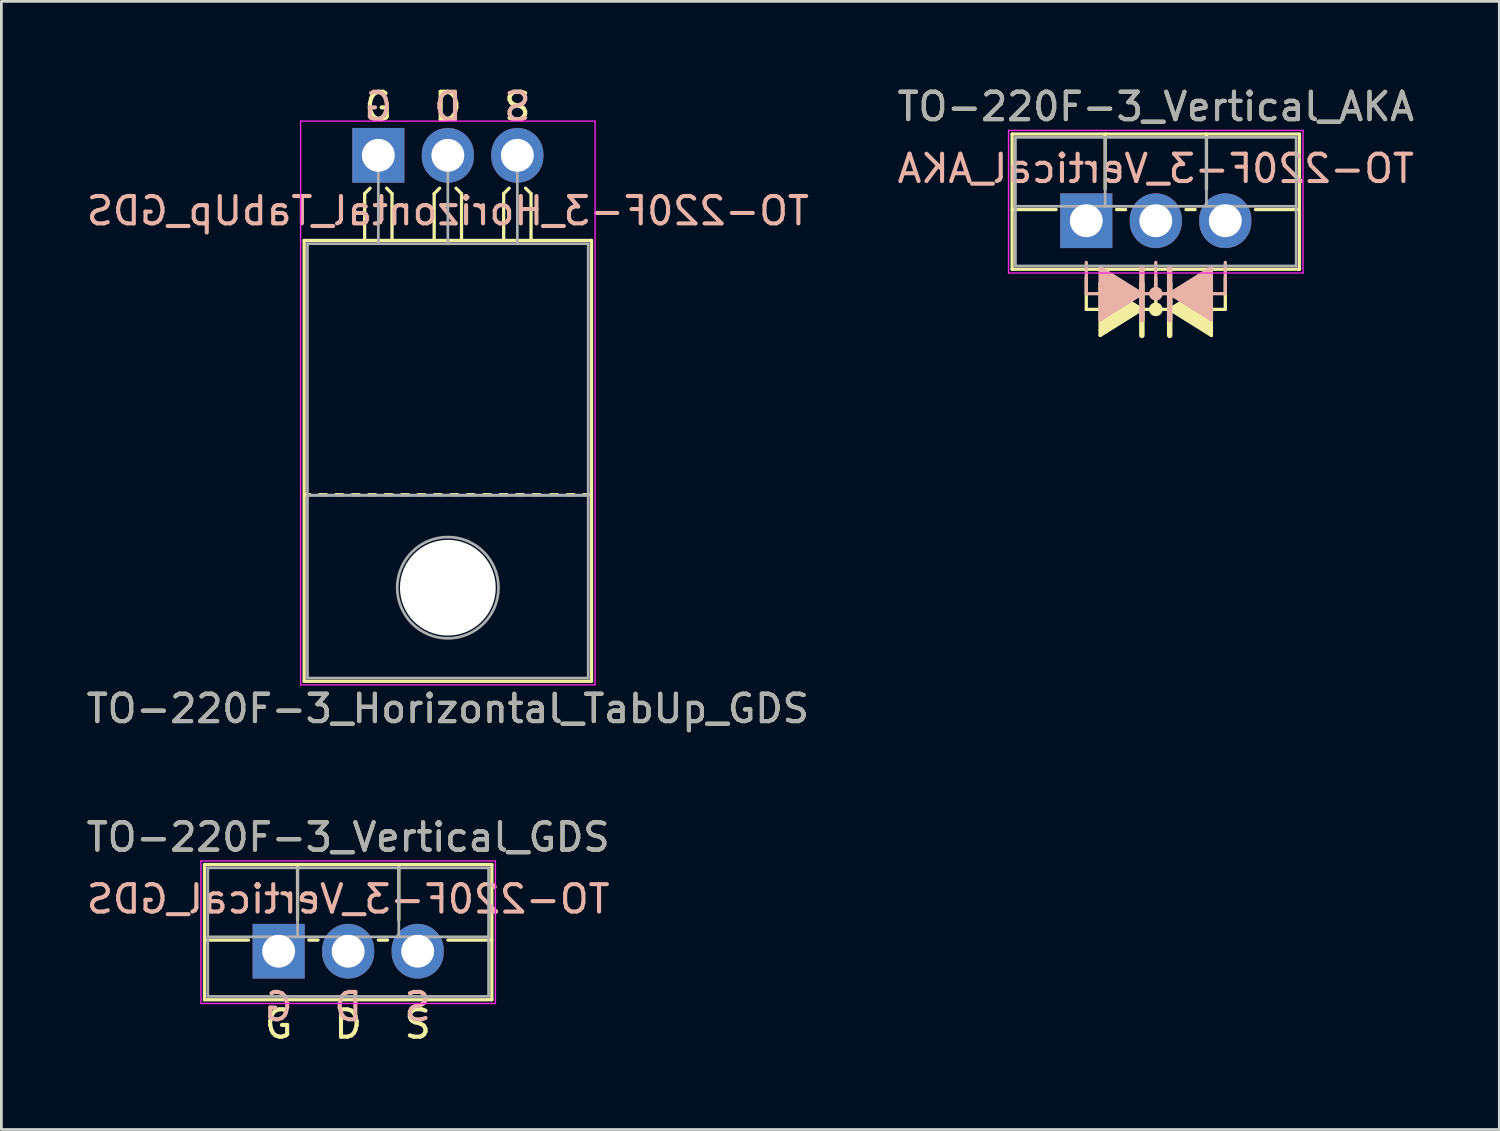
<source format=kicad_pcb>
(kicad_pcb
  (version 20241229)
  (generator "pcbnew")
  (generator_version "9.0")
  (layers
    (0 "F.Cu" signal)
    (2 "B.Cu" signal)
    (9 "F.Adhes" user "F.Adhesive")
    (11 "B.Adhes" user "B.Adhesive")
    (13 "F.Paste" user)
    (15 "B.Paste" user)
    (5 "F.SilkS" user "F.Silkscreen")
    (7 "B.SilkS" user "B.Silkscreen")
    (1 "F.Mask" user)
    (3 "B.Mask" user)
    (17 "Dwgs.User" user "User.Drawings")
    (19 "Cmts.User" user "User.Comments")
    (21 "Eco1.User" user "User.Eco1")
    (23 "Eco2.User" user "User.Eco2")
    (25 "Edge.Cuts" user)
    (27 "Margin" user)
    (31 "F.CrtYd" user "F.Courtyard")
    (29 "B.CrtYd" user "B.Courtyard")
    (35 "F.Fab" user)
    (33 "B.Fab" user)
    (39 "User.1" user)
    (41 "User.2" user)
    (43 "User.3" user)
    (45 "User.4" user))
  (footprint "TO-220F-3_Horizontal_TabUp_GDS"
    (layer "F.Cu")
    (at 10.775 2.626)
    (property "Reference" "TO-220F-3_Horizontal_TabUp_GDS" (at 2.54 20.22 0) (layer "F.SilkS") (effects (font (size 1 1) (thickness 0.15))))
    (fp_line (start -2.71 19.22) (end -2.71 3.11) (stroke (width 0.12) (type solid)) (layer "F.SilkS"))
    (fp_line (start -2.5 12.4) (end -2.7 12.4) (stroke (width 0.12) (type solid)) (layer "F.SilkS"))
    (fp_line (start -1.9 12.4) (end -2.15 12.4) (stroke (width 0.12) (type solid)) (layer "F.SilkS"))
    (fp_line (start -1.3 12.4) (end -1.55 12.4) (stroke (width 0.12) (type solid)) (layer "F.SilkS"))
    (fp_line (start -0.7 12.4) (end -0.95 12.4) (stroke (width 0.12) (type solid)) (layer "F.SilkS"))
    (fp_line (start -0.5 1.4) (end -0.3 1.2) (stroke (width 0.12) (type solid)) (layer "F.SilkS"))
    (fp_line (start -0.5 3.048) (end -0.5 1.4) (stroke (width 0.12) (type solid)) (layer "F.SilkS"))
    (fp_line (start -0.1 12.4) (end -0.35 12.4) (stroke (width 0.12) (type solid)) (layer "F.SilkS"))
    (fp_line (start 0.5 1.4) (end 0.3 1.2) (stroke (width 0.12) (type solid)) (layer "F.SilkS"))
    (fp_line (start 0.5 3.048) (end 0.5 1.4) (stroke (width 0.12) (type solid)) (layer "F.SilkS"))
    (fp_line (start 0.5 12.4) (end 0.25 12.4) (stroke (width 0.12) (type solid)) (layer "F.SilkS"))
    (fp_line (start 1.1 12.4) (end 0.85 12.4) (stroke (width 0.12) (type solid)) (layer "F.SilkS"))
    (fp_line (start 1.7 12.4) (end 1.45 12.4) (stroke (width 0.12) (type solid)) (layer "F.SilkS"))
    (fp_line (start 2.04 1.4) (end 2.24 1.2) (stroke (width 0.12) (type solid)) (layer "F.SilkS"))
    (fp_line (start 2.04 3.048) (end 2.04 1.4) (stroke (width 0.12) (type solid)) (layer "F.SilkS"))
    (fp_line (start 2.3 12.4) (end 2.05 12.4) (stroke (width 0.12) (type solid)) (layer "F.SilkS"))
    (fp_line (start 2.9 12.4) (end 2.65 12.4) (stroke (width 0.12) (type solid)) (layer "F.SilkS"))
    (fp_line (start 3.04 1.4) (end 2.84 1.2) (stroke (width 0.12) (type solid)) (layer "F.SilkS"))
    (fp_line (start 3.04 3.048) (end 3.04 1.4) (stroke (width 0.12) (type solid)) (layer "F.SilkS"))
    (fp_line (start 3.5 12.4) (end 3.25 12.4) (stroke (width 0.12) (type solid)) (layer "F.SilkS"))
    (fp_line (start 4.1 12.4) (end 3.85 12.4) (stroke (width 0.12) (type solid)) (layer "F.SilkS"))
    (fp_line (start 4.58 1.4) (end 4.78 1.2) (stroke (width 0.12) (type solid)) (layer "F.SilkS"))
    (fp_line (start 4.58 3.048) (end 4.58 1.4) (stroke (width 0.12) (type solid)) (layer "F.SilkS"))
    (fp_line (start 4.7 12.4) (end 4.45 12.4) (stroke (width 0.12) (type solid)) (layer "F.SilkS"))
    (fp_line (start 5.3 12.4) (end 5.05 12.4) (stroke (width 0.12) (type solid)) (layer "F.SilkS"))
    (fp_line (start 5.58 1.4) (end 5.38 1.2) (stroke (width 0.12) (type solid)) (layer "F.SilkS"))
    (fp_line (start 5.58 3.048) (end 5.58 1.4) (stroke (width 0.12) (type solid)) (layer "F.SilkS"))
    (fp_line (start 5.9 12.4) (end 5.65 12.4) (stroke (width 0.12) (type solid)) (layer "F.SilkS"))
    (fp_line (start 6.55 12.4) (end 6.3 12.4) (stroke (width 0.12) (type solid)) (layer "F.SilkS"))
    (fp_line (start 7.15 12.4) (end 6.9 12.4) (stroke (width 0.12) (type solid)) (layer "F.SilkS"))
    (fp_line (start 7.75 12.4) (end 7.5 12.4) (stroke (width 0.12) (type solid)) (layer "F.SilkS"))
    (fp_line (start 7.79 3.11) (end -2.71 3.11) (stroke (width 0.12) (type solid)) (layer "F.SilkS"))
    (fp_line (start 7.79 19.22) (end -2.71 19.22) (stroke (width 0.12) (type solid)) (layer "F.SilkS"))
    (fp_line (start 7.79 19.22) (end 7.79 3.11) (stroke (width 0.12) (type solid)) (layer "F.SilkS"))
    (fp_line (start -2.84 -1.25) (end -2.84 19.35) (stroke (width 0.05) (type solid)) (layer "F.CrtYd"))
    (fp_line (start -2.84 19.35) (end 7.92 19.35) (stroke (width 0.05) (type solid)) (layer "F.CrtYd"))
    (fp_line (start 7.92 -1.25) (end -2.84 -1.25) (stroke (width 0.05) (type solid)) (layer "F.CrtYd"))
    (fp_line (start 7.92 19.35) (end 7.92 -1.25) (stroke (width 0.05) (type solid)) (layer "F.CrtYd"))
    (fp_line (start -2.59 3.23) (end -2.59 12.42) (stroke (width 0.1) (type solid)) (layer "F.Fab"))
    (fp_line (start -2.59 12.42) (end -2.59 19.1) (stroke (width 0.1) (type solid)) (layer "F.Fab"))
    (fp_line (start -2.59 12.42) (end 7.67 12.42) (stroke (width 0.1) (type solid)) (layer "F.Fab"))
    (fp_line (start -2.59 19.1) (end 7.67 19.1) (stroke (width 0.1) (type solid)) (layer "F.Fab"))
    (fp_line (start 0 3.23) (end 0 0) (stroke (width 0.1) (type solid)) (layer "F.Fab"))
    (fp_line (start 2.54 3.23) (end 2.54 0) (stroke (width 0.1) (type solid)) (layer "F.Fab"))
    (fp_line (start 5.08 3.23) (end 5.08 0) (stroke (width 0.1) (type solid)) (layer "F.Fab"))
    (fp_line (start 7.67 3.23) (end -2.59 3.23) (stroke (width 0.1) (type solid)) (layer "F.Fab"))
    (fp_line (start 7.67 12.42) (end -2.59 12.42) (stroke (width 0.1) (type solid)) (layer "F.Fab"))
    (fp_line (start 7.67 12.42) (end 7.67 3.23) (stroke (width 0.1) (type solid)) (layer "F.Fab"))
    (fp_line (start 7.67 19.1) (end 7.67 12.42) (stroke (width 0.1) (type solid)) (layer "F.Fab"))
    (fp_circle (center 2.54 15.8) (end 4.39 15.8) (stroke (width 0.1) (type solid)) (fill no) (layer "F.Fab"))
    (fp_text user "G" (at 0 -1.778 0) (layer "F.SilkS") (effects (font (size 1 1) (thickness 0.15))))
    (fp_text user "S" (at 5.08 -1.778 0) (layer "F.SilkS") (effects (font (size 1 1) (thickness 0.15))))
    (fp_text user "D" (at 2.54 -1.778 0) (layer "F.SilkS") (effects (font (size 1 1) (thickness 0.15))))
    (fp_text user "S" (at 5.08 -1.778 0) (layer "B.SilkS") (effects (font (size 1 1) (thickness 0.15)) (justify mirror)))
    (fp_text user "${REFERENCE}" (at 2.54 2.032 0) (layer "B.SilkS") (effects (font (size 1 1) (thickness 0.15)) (justify mirror)))
    (fp_text user "G" (at 0 -1.778 0) (layer "B.SilkS") (effects (font (size 1 1) (thickness 0.15)) (justify mirror)))
    (fp_text user "D" (at 2.54 -1.778 0) (layer "B.SilkS") (effects (font (size 1 1) (thickness 0.15)) (justify mirror)))
    (fp_text user "${REFERENCE}" (at 2.54 20.22 0) (layer "F.Fab") (effects (font (size 1 1) (thickness 0.15))))
    (pad "" np_thru_hole oval (at 2.54 15.8) (size 3.5 3.5) (drill 3.5) (layers "*.Cu" "*.Mask"))
    (pad "1" thru_hole rect (at 0 0) (size 1.905 2) (drill 1.2) (layers "*.Cu" "*.Mask"))
    (pad "2" thru_hole oval (at 2.54 0) (size 1.905 2) (drill 1.2) (layers "*.Cu" "*.Mask"))
    (pad "3" thru_hole oval (at 5.08 0) (size 1.905 2) (drill 1.2) (layers "*.Cu" "*.Mask")))
  (footprint "TO-220F-3_Vertical_AKA"
    (layer "F.Cu")
    (at 36.645 5.016)
    (property "Reference" "TO-220F-3_Vertical_AKA" (at 2.54 -4.168 0) (layer "F.SilkS") (effects (font (size 1 1) (thickness 0.15))))
    (fp_line (start -2.71 -3.168) (end -2.71 1.773) (stroke (width 0.12) (type solid)) (layer "F.SilkS"))
    (fp_line (start -2.71 -3.168) (end 7.79 -3.168) (stroke (width 0.12) (type solid)) (layer "F.SilkS"))
    (fp_line (start -2.71 -0.408) (end -1.103 -0.408) (stroke (width 0.12) (type solid)) (layer "F.SilkS"))
    (fp_line (start -2.71 1.773) (end 7.79 1.773) (stroke (width 0.12) (type solid)) (layer "F.SilkS"))
    (fp_line (start 0 2.095) (end 0 3.239) (stroke (width 0.12) (type solid)) (layer "F.SilkS"))
    (fp_line (start 0 3.239) (end 0.508 3.239) (stroke (width 0.12) (type solid)) (layer "F.SilkS"))
    (fp_line (start 0.508 2.477) (end 0.508 2.286) (stroke (width 0.12) (type solid)) (layer "F.SilkS"))
    (fp_line (start 0.508 2.477) (end 0.508 4) (stroke (width 0.12) (type solid)) (layer "F.SilkS"))
    (fp_line (start 0.508 4) (end 0.508 4.191) (stroke (width 0.12) (type solid)) (layer "F.SilkS"))
    (fp_line (start 0.69 -3.168) (end 0.69 -1.15) (stroke (width 0.12) (type solid)) (layer "F.SilkS"))
    (fp_line (start 1.103 -0.408) (end 1.438 -0.408) (stroke (width 0.12) (type solid)) (layer "F.SilkS"))
    (fp_line (start 2.032 3.239) (end 0.508 2.286) (stroke (width 0.12) (type solid)) (layer "F.SilkS"))
    (fp_line (start 2.032 3.239) (end 0.508 4.191) (stroke (width 0.12) (type solid)) (layer "F.SilkS"))
    (fp_line (start 2.032 4.191) (end 2.032 2.286) (stroke (width 0.2) (type solid)) (layer "F.SilkS"))
    (fp_line (start 2.54 2.095) (end 2.54 3.239) (stroke (width 0.12) (type solid)) (layer "F.SilkS"))
    (fp_line (start 2.54 3.239) (end 2.032 3.239) (stroke (width 0.12) (type solid)) (layer "F.SilkS"))
    (fp_line (start 2.54 3.239) (end 3.048 3.239) (stroke (width 0.12) (type solid)) (layer "F.SilkS"))
    (fp_line (start 3.048 2.286) (end 3.048 4.191) (stroke (width 0.2) (type solid)) (layer "F.SilkS"))
    (fp_line (start 3.048 3.239) (end 4.572 4.191) (stroke (width 0.12) (type solid)) (layer "F.SilkS"))
    (fp_line (start 3.643 -0.408) (end 3.978 -0.408) (stroke (width 0.12) (type solid)) (layer "F.SilkS"))
    (fp_line (start 4.391 -3.168) (end 4.391 -1.15) (stroke (width 0.12) (type solid)) (layer "F.SilkS"))
    (fp_line (start 4.572 2.286) (end 3.048 3.239) (stroke (width 0.12) (type solid)) (layer "F.SilkS"))
    (fp_line (start 4.572 4.191) (end 4.572 2.286) (stroke (width 0.12) (type solid)) (layer "F.SilkS"))
    (fp_line (start 5.08 2.095) (end 5.08 3.239) (stroke (width 0.12) (type solid)) (layer "F.SilkS"))
    (fp_line (start 5.08 3.239) (end 4.572 3.239) (stroke (width 0.12) (type solid)) (layer "F.SilkS"))
    (fp_line (start 6.183 -0.408) (end 7.79 -0.408) (stroke (width 0.12) (type solid)) (layer "F.SilkS"))
    (fp_line (start 7.79 -3.168) (end 7.79 1.773) (stroke (width 0.12) (type solid)) (layer "F.SilkS"))
    (fp_circle (center 2.54 3.239) (end 2.54 3.302) (stroke (width 0.12) (type solid)) (fill no) (layer "F.SilkS"))
    (fp_circle (center 2.54 3.239) (end 2.54 3.365) (stroke (width 0.12) (type solid)) (fill no) (layer "F.SilkS"))
    (fp_circle (center 2.54 3.239) (end 2.54 3.429) (stroke (width 0.12) (type solid)) (fill no) (layer "F.SilkS"))
    (fp_poly (pts (xy 2.032 3.239) (xy 0.508 4.191) (xy 0.508 2.286)) (stroke (width 0.1) (type solid)) (fill yes) (layer "F.SilkS"))
    (fp_poly (pts (xy 4.572 4.191) (xy 3.048 3.239) (xy 4.572 2.286)) (stroke (width 0.1) (type solid)) (fill yes) (layer "F.SilkS"))
    (fp_line (start 0 1.524) (end 0 2.667) (stroke (width 0.12) (type solid)) (layer "B.SilkS"))
    (fp_line (start 0 2.667) (end 0.508 2.667) (stroke (width 0.12) (type solid)) (layer "B.SilkS"))
    (fp_line (start 0.508 1.714) (end 2.032 2.667) (stroke (width 0.12) (type solid)) (layer "B.SilkS"))
    (fp_line (start 0.508 3.619) (end 0.508 1.714) (stroke (width 0.12) (type solid)) (layer "B.SilkS"))
    (fp_line (start 2.032 1.714) (end 2.032 3.619) (stroke (width 0.2) (type solid)) (layer "B.SilkS"))
    (fp_line (start 2.032 2.667) (end 0.508 3.619) (stroke (width 0.12) (type solid)) (layer "B.SilkS"))
    (fp_line (start 2.54 1.524) (end 2.54 2.667) (stroke (width 0.12) (type solid)) (layer "B.SilkS"))
    (fp_line (start 2.54 2.667) (end 2.032 2.667) (stroke (width 0.12) (type solid)) (layer "B.SilkS"))
    (fp_line (start 2.54 2.667) (end 3.048 2.667) (stroke (width 0.12) (type solid)) (layer "B.SilkS"))
    (fp_line (start 3.048 2.667) (end 4.572 1.714) (stroke (width 0.12) (type solid)) (layer "B.SilkS"))
    (fp_line (start 3.048 2.667) (end 4.572 3.619) (stroke (width 0.12) (type solid)) (layer "B.SilkS"))
    (fp_line (start 3.048 3.619) (end 3.048 1.714) (stroke (width 0.2) (type solid)) (layer "B.SilkS"))
    (fp_line (start 4.572 1.905) (end 4.572 1.714) (stroke (width 0.12) (type solid)) (layer "B.SilkS"))
    (fp_line (start 4.572 1.905) (end 4.572 3.429) (stroke (width 0.12) (type solid)) (layer "B.SilkS"))
    (fp_line (start 4.572 3.429) (end 4.572 3.619) (stroke (width 0.12) (type solid)) (layer "B.SilkS"))
    (fp_line (start 5.08 1.524) (end 5.08 2.667) (stroke (width 0.12) (type solid)) (layer "B.SilkS"))
    (fp_line (start 5.08 2.667) (end 4.572 2.667) (stroke (width 0.12) (type solid)) (layer "B.SilkS"))
    (fp_circle (center 2.54 2.667) (end 2.54 2.731) (stroke (width 0.12) (type solid)) (fill no) (layer "B.SilkS"))
    (fp_circle (center 2.54 2.667) (end 2.54 2.794) (stroke (width 0.12) (type solid)) (fill no) (layer "B.SilkS"))
    (fp_circle (center 2.54 2.667) (end 2.54 2.857) (stroke (width 0.12) (type solid)) (fill no) (layer "B.SilkS"))
    (fp_poly (pts (xy 0.508 3.619) (xy 2.032 2.667) (xy 0.508 1.714)) (stroke (width 0.1) (type solid)) (fill yes) (layer "B.SilkS"))
    (fp_poly (pts (xy 3.048 2.667) (xy 4.572 3.619) (xy 4.572 1.714)) (stroke (width 0.1) (type solid)) (fill yes) (layer "B.SilkS"))
    (fp_line (start -2.84 -3.3) (end -2.84 1.91) (stroke (width 0.05) (type solid)) (layer "F.CrtYd"))
    (fp_line (start -2.84 1.91) (end 7.92 1.91) (stroke (width 0.05) (type solid)) (layer "F.CrtYd"))
    (fp_line (start 7.92 -3.3) (end -2.84 -3.3) (stroke (width 0.05) (type solid)) (layer "F.CrtYd"))
    (fp_line (start 7.92 1.91) (end 7.92 -3.3) (stroke (width 0.05) (type solid)) (layer "F.CrtYd"))
    (fp_line (start -2.59 -3.047) (end -2.59 1.653) (stroke (width 0.1) (type solid)) (layer "F.Fab"))
    (fp_line (start -2.59 -0.527) (end 7.67 -0.527) (stroke (width 0.1) (type solid)) (layer "F.Fab"))
    (fp_line (start -2.59 1.653) (end 7.67 1.653) (stroke (width 0.1) (type solid)) (layer "F.Fab"))
    (fp_line (start 0.69 -3.047) (end 0.69 -0.527) (stroke (width 0.1) (type solid)) (layer "F.Fab"))
    (fp_line (start 4.39 -3.047) (end 4.39 -0.527) (stroke (width 0.1) (type solid)) (layer "F.Fab"))
    (fp_line (start 7.67 -3.047) (end -2.59 -3.047) (stroke (width 0.1) (type solid)) (layer "F.Fab"))
    (fp_line (start 7.67 1.653) (end 7.67 -3.047) (stroke (width 0.1) (type solid)) (layer "F.Fab"))
    (fp_text user "${REFERENCE}" (at 2.54 -1.905 0) (layer "B.SilkS") (effects (font (size 1 1) (thickness 0.15)) (justify mirror)))
    (fp_text user "${REFERENCE}" (at 2.54 -4.168 0) (layer "F.Fab") (effects (font (size 1 1) (thickness 0.15))))
    (pad "1" thru_hole rect (at 0 0) (size 1.905 2) (drill 1.2) (layers "*.Cu" "*.Mask"))
    (pad "2" thru_hole oval (at 2.54 0) (size 1.905 2) (drill 1.2) (layers "*.Cu" "*.Mask"))
    (pad "3" thru_hole oval (at 5.08 0) (size 1.905 2) (drill 1.2) (layers "*.Cu" "*.Mask")))
  (footprint "TO-220F-3_Vertical_GDS"
    (layer "F.Cu")
    (at 7.133 31.71)
    (property "Reference" "TO-220F-3_Vertical_GDS" (at 2.54 -4.168 0) (layer "F.SilkS") (effects (font (size 1 1) (thickness 0.15))))
    (fp_line (start -2.71 -3.168) (end -2.71 1.773) (stroke (width 0.12) (type solid)) (layer "F.SilkS"))
    (fp_line (start -2.71 -3.168) (end 7.79 -3.168) (stroke (width 0.12) (type solid)) (layer "F.SilkS"))
    (fp_line (start -2.71 -0.408) (end -1.103 -0.408) (stroke (width 0.12) (type solid)) (layer "F.SilkS"))
    (fp_line (start -2.71 1.773) (end 7.79 1.773) (stroke (width 0.12) (type solid)) (layer "F.SilkS"))
    (fp_line (start 0.69 -3.168) (end 0.69 -1.15) (stroke (width 0.12) (type solid)) (layer "F.SilkS"))
    (fp_line (start 1.103 -0.408) (end 1.438 -0.408) (stroke (width 0.12) (type solid)) (layer "F.SilkS"))
    (fp_line (start 3.643 -0.408) (end 3.978 -0.408) (stroke (width 0.12) (type solid)) (layer "F.SilkS"))
    (fp_line (start 4.391 -3.168) (end 4.391 -1.15) (stroke (width 0.12) (type solid)) (layer "F.SilkS"))
    (fp_line (start 6.183 -0.408) (end 7.79 -0.408) (stroke (width 0.12) (type solid)) (layer "F.SilkS"))
    (fp_line (start 7.79 -3.168) (end 7.79 1.773) (stroke (width 0.12) (type solid)) (layer "F.SilkS"))
    (fp_line (start -2.84 -3.3) (end -2.84 1.91) (stroke (width 0.05) (type solid)) (layer "F.CrtYd"))
    (fp_line (start -2.84 1.91) (end 7.92 1.91) (stroke (width 0.05) (type solid)) (layer "F.CrtYd"))
    (fp_line (start 7.92 -3.3) (end -2.84 -3.3) (stroke (width 0.05) (type solid)) (layer "F.CrtYd"))
    (fp_line (start 7.92 1.91) (end 7.92 -3.3) (stroke (width 0.05) (type solid)) (layer "F.CrtYd"))
    (fp_line (start -2.59 -3.047) (end -2.59 1.653) (stroke (width 0.1) (type solid)) (layer "F.Fab"))
    (fp_line (start -2.59 -0.527) (end 7.67 -0.527) (stroke (width 0.1) (type solid)) (layer "F.Fab"))
    (fp_line (start -2.59 1.653) (end 7.67 1.653) (stroke (width 0.1) (type solid)) (layer "F.Fab"))
    (fp_line (start 0.69 -3.047) (end 0.69 -0.527) (stroke (width 0.1) (type solid)) (layer "F.Fab"))
    (fp_line (start 4.39 -3.047) (end 4.39 -0.527) (stroke (width 0.1) (type solid)) (layer "F.Fab"))
    (fp_line (start 7.67 -3.047) (end -2.59 -3.047) (stroke (width 0.1) (type solid)) (layer "F.Fab"))
    (fp_line (start 7.67 1.653) (end 7.67 -3.047) (stroke (width 0.1) (type solid)) (layer "F.Fab"))
    (fp_text user "S" (at 5.08 2.667 0) (unlocked yes) (layer "F.SilkS") (effects (font (size 1 1) (thickness 0.15))))
    (fp_text user "G" (at 0 2.667 0) (unlocked yes) (layer "F.SilkS") (effects (font (size 1 1) (thickness 0.15))))
    (fp_text user "D" (at 2.54 2.667 0) (unlocked yes) (layer "F.SilkS") (effects (font (size 1 1) (thickness 0.15))))
    (fp_text user "D" (at 2.54 2.032 0) (unlocked yes) (layer "B.SilkS") (effects (font (size 1 1) (thickness 0.15)) (justify mirror)))
    (fp_text user "${REFERENCE}" (at 2.54 -1.905 0) (layer "B.SilkS") (effects (font (size 1 1) (thickness 0.15)) (justify mirror)))
    (fp_text user "G" (at 0 2.032 0) (unlocked yes) (layer "B.SilkS") (effects (font (size 1 1) (thickness 0.15)) (justify mirror)))
    (fp_text user "S" (at 5.08 2.032 0) (unlocked yes) (layer "B.SilkS") (effects (font (size 1 1) (thickness 0.15)) (justify mirror)))
    (fp_text user "${REFERENCE}" (at 2.54 -4.168 0) (layer "F.Fab") (effects (font (size 1 1) (thickness 0.15))))
    (pad "1" thru_hole rect (at 0 0) (size 1.905 2) (drill 1.2) (layers "*.Cu" "*.Mask"))
    (pad "2" thru_hole oval (at 2.54 0) (size 1.905 2) (drill 1.2) (layers "*.Cu" "*.Mask"))
    (pad "3" thru_hole oval (at 5.08 0) (size 1.905 2) (drill 1.2) (layers "*.Cu" "*.Mask")))
  (gr_rect
    (start -3 -3)
    (end 51.738 38.225)
    (stroke (width 0.1) (type default))
    (fill no)
    (layer "Edge.Cuts")))
</source>
